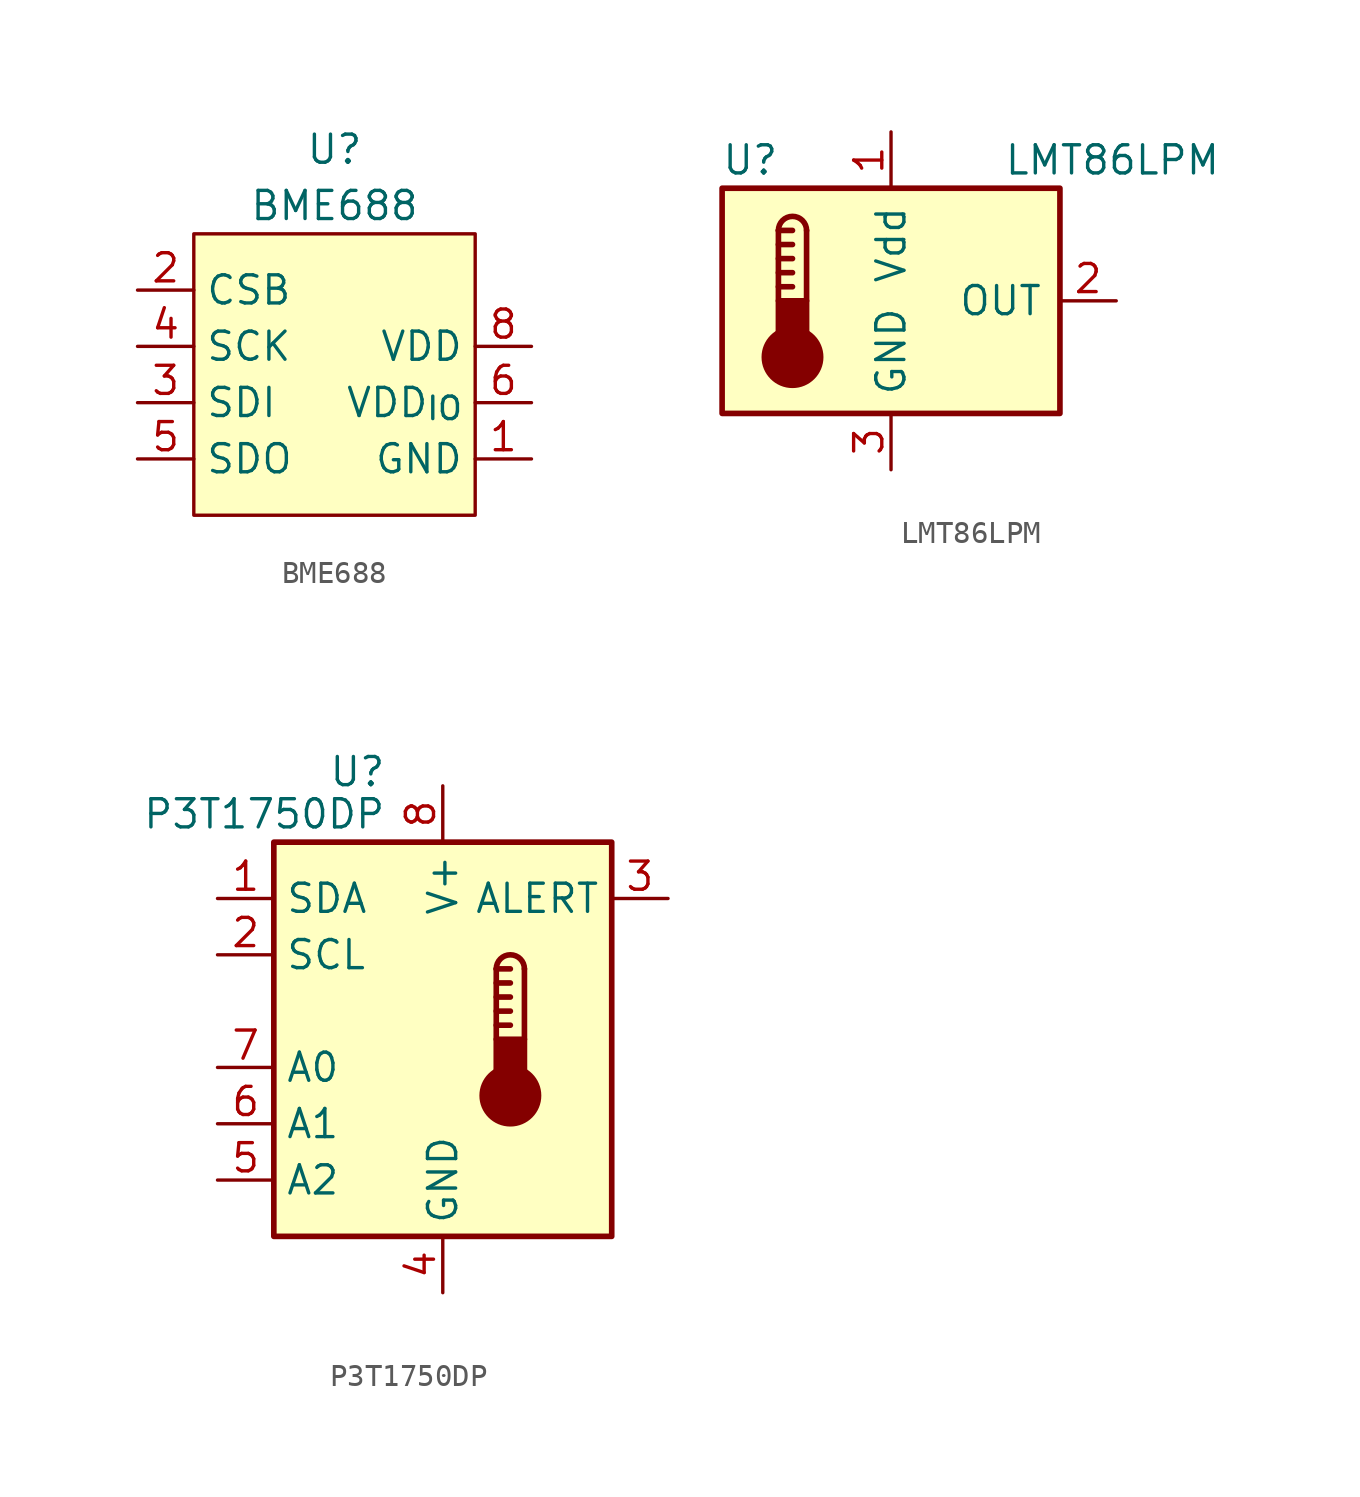
<source format=kicad_sym>
(kicad_symbol_lib
  (version 20231120)
  (generator "kicad_symbol_editor")
  (generator_version "8.0")
  (symbol "BME688"
    (property "Reference" "U"
      (at 0 3.81 0)
      (effects (font (size 1.27 1.27))))
    (property "Value" "BME688"
      (at 0 1.27 0)
      (effects (font (size 1.27 1.27))))
    (symbol "BME688_0_1"
      (rectangle (start -6.35 0) (end 6.35 -12.7) (stroke (width 0) (type default)) (fill (type background))))
    (symbol "BME688_1_1"
      (pin passive line (at 8.89 -10.16 180) (length 2.54) (name "GND" (effects (font (size 1.27 1.27)))) (number "1" (effects (font (size 1.27 1.27)))))
      (pin bidirectional line (at -8.89 -2.54 0) (length 2.54) (name "CSB" (effects (font (size 1.27 1.27)))) (number "2" (effects (font (size 1.27 1.27)))))
      (pin bidirectional line (at -8.89 -7.62 0) (length 2.54) (name "SDI" (effects (font (size 1.27 1.27)))) (number "3" (effects (font (size 1.27 1.27)))))
      (pin bidirectional line (at -8.89 -5.08 0) (length 2.54) (name "SCK" (effects (font (size 1.27 1.27)))) (number "4" (effects (font (size 1.27 1.27)))))
      (pin bidirectional line (at -8.89 -10.16 0) (length 2.54) (name "SDO" (effects (font (size 1.27 1.27)))) (number "5" (effects (font (size 1.27 1.27)))))
      (pin power_in line (at 8.89 -7.62 180) (length 2.54) (name "VDD_{IO}" (effects (font (size 1.27 1.27)))) (number "6" (effects (font (size 1.27 1.27)))))
      (pin passive line (at 8.89 -10.16 180) (length 2.54) hide (name "GND" (effects (font (size 1.27 1.27)))) (number "7" (effects (font (size 1.27 1.27)))))
      (pin power_in line (at 8.89 -5.08 180) (length 2.54) (name "VDD" (effects (font (size 1.27 1.27)))) (number "8" (effects (font (size 1.27 1.27)))))))
  (symbol "LMT86LPM"
    (pin_names
      (offset 0.762))
    (property "Reference" "U"
      (at -6.35 6.35 0)
      (effects (font (size 1.27 1.27))))
    (property "Value" "LMT86LPM"
      (at 5.08 6.35 0)
      (effects (font (size 1.27 1.27)) (justify left)))
    (symbol "LMT86LPM_0_1"
      (rectangle (start -7.62 5.08) (end 7.62 -5.08) (stroke (width 0.254) (type default)) (fill (type background)))
      (circle (center -4.445 -2.54) (radius 1.27) (stroke (width 0.254) (type default)) (fill (type outline)))
      (rectangle (start -3.81 -1.905) (end -5.08 0) (stroke (width 0.254) (type default)) (fill (type outline)))
      (arc (start -3.81 3.175) (mid -4.445 3.8072) (end -5.08 3.175) (stroke (width 0.254) (type default)) (fill (type none)))
      (polyline (pts (xy -5.08 0.635) (xy -4.445 0.635)) (stroke (width 0.254) (type default)) (fill (type none)))
      (polyline (pts (xy -5.08 1.27) (xy -4.445 1.27)) (stroke (width 0.254) (type default)) (fill (type none)))
      (polyline (pts (xy -5.08 1.905) (xy -4.445 1.905)) (stroke (width 0.254) (type default)) (fill (type none)))
      (polyline (pts (xy -5.08 2.54) (xy -4.445 2.54)) (stroke (width 0.254) (type default)) (fill (type none)))
      (polyline (pts (xy -5.08 3.175) (xy -5.08 0)) (stroke (width 0.254) (type default)) (fill (type none)))
      (polyline (pts (xy -5.08 3.175) (xy -4.445 3.175)) (stroke (width 0.254) (type default)) (fill (type none)))
      (polyline (pts (xy -3.81 3.175) (xy -3.81 0)) (stroke (width 0.254) (type default)) (fill (type none))))
    (symbol "LMT86LPM_1_1"
      (pin power_in line (at 0 7.62 270) (length 2.54) (name "Vdd" (effects (font (size 1.27 1.27)))) (number "1" (effects (font (size 1.27 1.27)))))
      (pin output line (at 10.16 0 180) (length 2.54) (name "OUT" (effects (font (size 1.27 1.27)))) (number "2" (effects (font (size 1.27 1.27)))))
      (pin power_in line (at 0 -7.62 90) (length 2.54) (name "GND" (effects (font (size 1.27 1.27)))) (number "3" (effects (font (size 1.27 1.27)))))))
  (symbol "P3T1750DP"
    (property "Reference" "U"
      (at -2.54 10.795 0)
      (effects (font (size 1.27 1.27)) (justify right)))
    (property "Value" "P3T1750DP"
      (at -2.54 8.89 0)
      (effects (font (size 1.27 1.27)) (justify right)))
    (symbol "P3T1750DP_0_1"
      (rectangle (start -7.62 7.62) (end 7.62 -10.16) (stroke (width 0.254) (type default)) (fill (type background))))
    (symbol "P3T1750DP_1_1"
      (polyline (pts (xy 2.413 -0.635) (xy 3.048 -0.635)) (stroke (width 0.254) (type default)) (fill (type none)))
      (polyline (pts (xy 2.413 0) (xy 3.048 0)) (stroke (width 0.254) (type default)) (fill (type none)))
      (polyline (pts (xy 2.413 0.635) (xy 3.048 0.635)) (stroke (width 0.254) (type default)) (fill (type none)))
      (polyline (pts (xy 2.413 1.27) (xy 3.048 1.27)) (stroke (width 0.254) (type default)) (fill (type none)))
      (polyline (pts (xy 2.413 1.905) (xy 2.413 -1.27)) (stroke (width 0.254) (type default)) (fill (type none)))
      (polyline (pts (xy 2.413 1.905) (xy 3.048 1.905)) (stroke (width 0.254) (type default)) (fill (type none)))
      (polyline (pts (xy 3.683 1.905) (xy 3.683 -1.27)) (stroke (width 0.254) (type default)) (fill (type none)))
      (circle (center 3.048 -3.81) (radius 1.27) (stroke (width 0.254) (type default)) (fill (type outline)))
      (rectangle (start 3.683 -3.175) (end 2.413 -1.27) (stroke (width 0.254) (type default)) (fill (type outline)))
      (arc (start 3.683 1.905) (mid 3.048 2.5373) (end 2.413 1.905) (stroke (width 0.254) (type default)) (fill (type none)))
      (pin bidirectional line (at -10.16 5.08 0) (length 2.54) (name "SDA" (effects (font (size 1.27 1.27)))) (number "1" (effects (font (size 1.27 1.27)))))
      (pin input line (at -10.16 2.54 0) (length 2.54) (name "SCL" (effects (font (size 1.27 1.27)))) (number "2" (effects (font (size 1.27 1.27)))))
      (pin open_collector line (at 10.16 5.08 180) (length 2.54) (name "ALERT" (effects (font (size 1.27 1.27)))) (number "3" (effects (font (size 1.27 1.27)))))
      (pin power_in line (at 0 -12.7 90) (length 2.54) (name "GND" (effects (font (size 1.27 1.27)))) (number "4" (effects (font (size 1.27 1.27)))))
      (pin input line (at -10.16 -7.62 0) (length 2.54) (name "A2" (effects (font (size 1.27 1.27)))) (number "5" (effects (font (size 1.27 1.27)))))
      (pin input line (at -10.16 -5.08 0) (length 2.54) (name "A1" (effects (font (size 1.27 1.27)))) (number "6" (effects (font (size 1.27 1.27)))))
      (pin input line (at -10.16 -2.54 0) (length 2.54) (name "A0" (effects (font (size 1.27 1.27)))) (number "7" (effects (font (size 1.27 1.27)))))
      (pin power_in line (at 0 10.16 270) (length 2.54) (name "V+" (effects (font (size 1.27 1.27)))) (number "8" (effects (font (size 1.27 1.27))))))))
</source>
